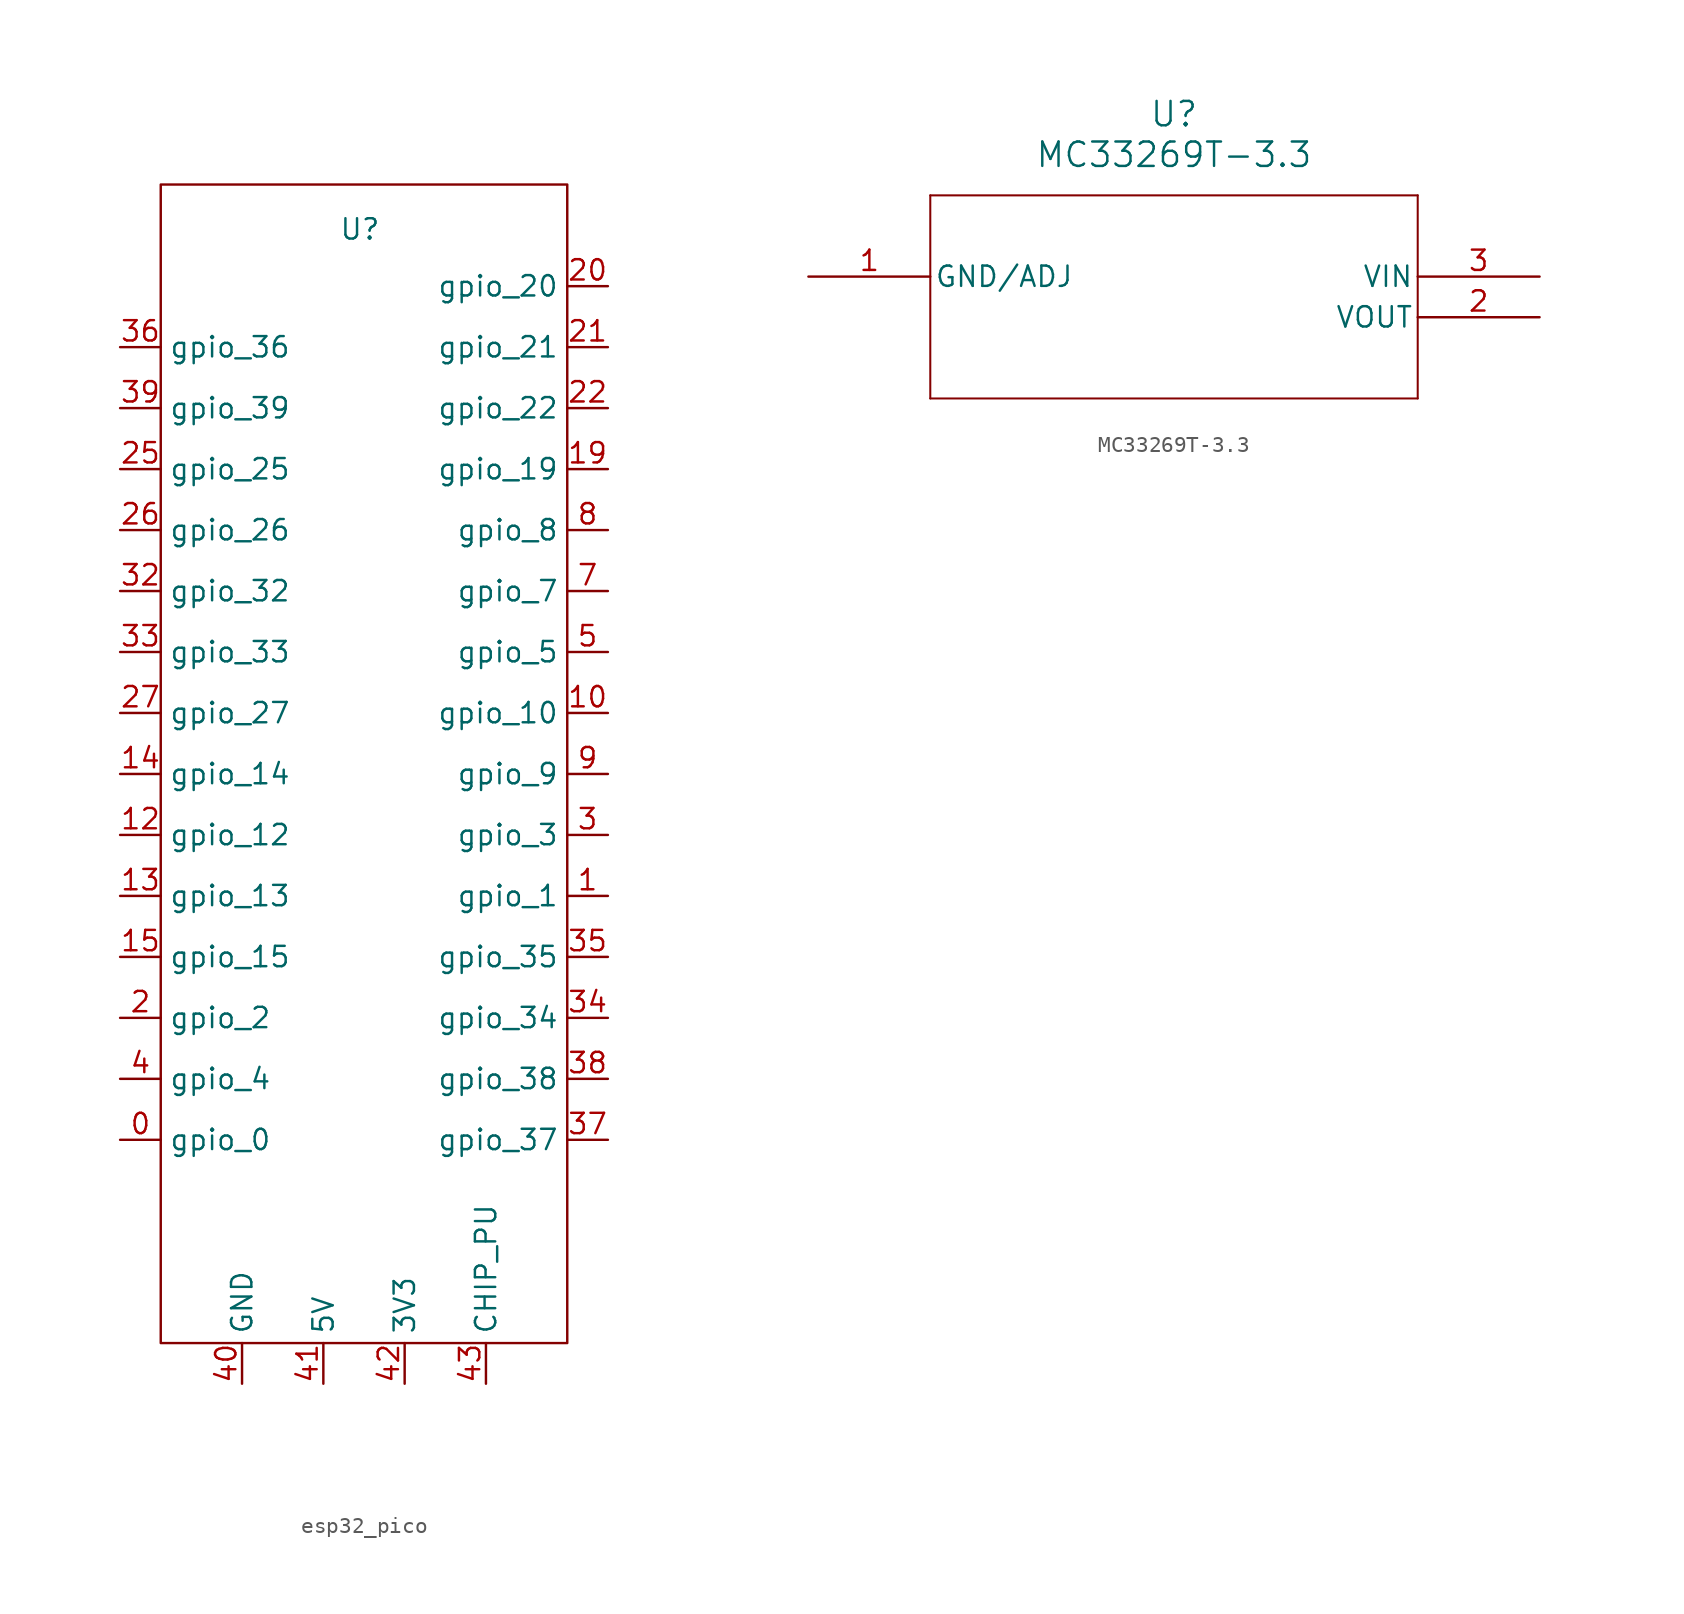
<source format=kicad_sym>
(kicad_symbol_lib
  (version 20241209)
  (generator "kicad_symbol_editor")
  (generator_version "9.0")
  (symbol "esp32_pico"
    (property "Reference" "U"
      (at 7.366 17.526 0)
      (effects (font (size 1.27 1.27))))
    (property "Value" ""
      (at 0 0 0)
      (effects (font (size 1.27 1.27))))
    (symbol "esp32_pico_0_1"
      (rectangle (start -5.08 20.32) (end 20.32 -52.07) (stroke (width 0) (type default)) (fill (type none))))
    (symbol "esp32_pico_1_1"
      (pin bidirectional line (at -7.62 10.16 0) (length 2.54) (name "gpio_36" (effects (font (size 1.27 1.27)))) (number "36" (effects (font (size 1.27 1.27)))))
      (pin bidirectional line (at -7.62 6.35 0) (length 2.54) (name "gpio_39" (effects (font (size 1.27 1.27)))) (number "39" (effects (font (size 1.27 1.27)))))
      (pin bidirectional line (at -7.62 2.54 0) (length 2.54) (name "gpio_25" (effects (font (size 1.27 1.27)))) (number "25" (effects (font (size 1.27 1.27)))))
      (pin bidirectional line (at -7.62 -1.27 0) (length 2.54) (name "gpio_26" (effects (font (size 1.27 1.27)))) (number "26" (effects (font (size 1.27 1.27)))))
      (pin bidirectional line (at -7.62 -5.08 0) (length 2.54) (name "gpio_32" (effects (font (size 1.27 1.27)))) (number "32" (effects (font (size 1.27 1.27)))))
      (pin bidirectional line (at -7.62 -8.89 0) (length 2.54) (name "gpio_33" (effects (font (size 1.27 1.27)))) (number "33" (effects (font (size 1.27 1.27)))))
      (pin bidirectional line (at -7.62 -12.7 0) (length 2.54) (name "gpio_27" (effects (font (size 1.27 1.27)))) (number "27" (effects (font (size 1.27 1.27)))))
      (pin bidirectional line (at -7.62 -16.51 0) (length 2.54) (name "gpio_14" (effects (font (size 1.27 1.27)))) (number "14" (effects (font (size 1.27 1.27)))))
      (pin bidirectional line (at -7.62 -20.32 0) (length 2.54) (name "gpio_12" (effects (font (size 1.27 1.27)))) (number "12" (effects (font (size 1.27 1.27)))))
      (pin bidirectional line (at -7.62 -24.13 0) (length 2.54) (name "gpio_13" (effects (font (size 1.27 1.27)))) (number "13" (effects (font (size 1.27 1.27)))))
      (pin bidirectional line (at -7.62 -27.94 0) (length 2.54) (name "gpio_15" (effects (font (size 1.27 1.27)))) (number "15" (effects (font (size 1.27 1.27)))))
      (pin bidirectional line (at -7.62 -31.75 0) (length 2.54) (name "gpio_2" (effects (font (size 1.27 1.27)))) (number "2" (effects (font (size 1.27 1.27)))))
      (pin bidirectional line (at -7.62 -35.56 0) (length 2.54) (name "gpio_4" (effects (font (size 1.27 1.27)))) (number "4" (effects (font (size 1.27 1.27)))))
      (pin bidirectional line (at -7.62 -39.37 0) (length 2.54) (name "gpio_0" (effects (font (size 1.27 1.27)))) (number "0" (effects (font (size 1.27 1.27)))))
      (pin power_in line (at 0 -54.61 90) (length 2.54) (name "GND" (effects (font (size 1.27 1.27)))) (number "40" (effects (font (size 1.27 1.27)))))
      (pin power_in line (at 5.08 -54.61 90) (length 2.54) (name "5V" (effects (font (size 1.27 1.27)))) (number "41" (effects (font (size 1.27 1.27)))))
      (pin power_out line (at 10.16 -54.61 90) (length 2.54) (name "3V3" (effects (font (size 1.27 1.27)))) (number "42" (effects (font (size 1.27 1.27)))))
      (pin input line (at 15.24 -54.61 90) (length 2.54) (name "CHIP_PU" (effects (font (size 1.27 1.27)))) (number "43" (effects (font (size 1.27 1.27)))))
      (pin bidirectional line (at 22.86 13.97 180) (length 2.54) (name "gpio_20" (effects (font (size 1.27 1.27)))) (number "20" (effects (font (size 1.27 1.27)))))
      (pin bidirectional line (at 22.86 10.16 180) (length 2.54) (name "gpio_21" (effects (font (size 1.27 1.27)))) (number "21" (effects (font (size 1.27 1.27)))))
      (pin bidirectional line (at 22.86 6.35 180) (length 2.54) (name "gpio_22" (effects (font (size 1.27 1.27)))) (number "22" (effects (font (size 1.27 1.27)))))
      (pin bidirectional line (at 22.86 2.54 180) (length 2.54) (name "gpio_19" (effects (font (size 1.27 1.27)))) (number "19" (effects (font (size 1.27 1.27)))))
      (pin bidirectional line (at 22.86 -1.27 180) (length 2.54) (name "gpio_8" (effects (font (size 1.27 1.27)))) (number "8" (effects (font (size 1.27 1.27)))))
      (pin bidirectional line (at 22.86 -5.08 180) (length 2.54) (name "gpio_7" (effects (font (size 1.27 1.27)))) (number "7" (effects (font (size 1.27 1.27)))))
      (pin bidirectional line (at 22.86 -8.89 180) (length 2.54) (name "gpio_5" (effects (font (size 1.27 1.27)))) (number "5" (effects (font (size 1.27 1.27)))))
      (pin bidirectional line (at 22.86 -12.7 180) (length 2.54) (name "gpio_10" (effects (font (size 1.27 1.27)))) (number "10" (effects (font (size 1.27 1.27)))))
      (pin bidirectional line (at 22.86 -16.51 180) (length 2.54) (name "gpio_9" (effects (font (size 1.27 1.27)))) (number "9" (effects (font (size 1.27 1.27)))))
      (pin bidirectional line (at 22.86 -20.32 180) (length 2.54) (name "gpio_3" (effects (font (size 1.27 1.27)))) (number "3" (effects (font (size 1.27 1.27)))))
      (pin bidirectional line (at 22.86 -24.13 180) (length 2.54) (name "gpio_1" (effects (font (size 1.27 1.27)))) (number "1" (effects (font (size 1.27 1.27)))))
      (pin bidirectional line (at 22.86 -27.94 180) (length 2.54) (name "gpio_35" (effects (font (size 1.27 1.27)))) (number "35" (effects (font (size 1.27 1.27)))))
      (pin bidirectional line (at 22.86 -31.75 180) (length 2.54) (name "gpio_34" (effects (font (size 1.27 1.27)))) (number "34" (effects (font (size 1.27 1.27)))))
      (pin bidirectional line (at 22.86 -35.56 180) (length 2.54) (name "gpio_38" (effects (font (size 1.27 1.27)))) (number "38" (effects (font (size 1.27 1.27)))))
      (pin bidirectional line (at 22.86 -39.37 180) (length 2.54) (name "gpio_37" (effects (font (size 1.27 1.27)))) (number "37" (effects (font (size 1.27 1.27)))))))
  (symbol "MC33269T-3.3"
    (pin_names
      (offset 0.254))
    (property "Reference" "U"
      (at 22.86 10.16 0)
      (effects (font (size 1.524 1.524))))
    (property "Value" "MC33269T-3.3"
      (at 22.86 7.62 0)
      (effects (font (size 1.524 1.524))))
    (property "ki_locked" ""
      (at 0 0 0)
      (effects (font (size 1.27 1.27))))
    (symbol "MC33269T-3.3_0_1"
      (polyline (pts (xy 7.62 5.08) (xy 7.62 -7.62)) (stroke (width 0.127) (type default)) (fill (type none)))
      (polyline (pts (xy 7.62 -7.62) (xy 38.1 -7.62)) (stroke (width 0.127) (type default)) (fill (type none)))
      (polyline (pts (xy 38.1 5.08) (xy 7.62 5.08)) (stroke (width 0.127) (type default)) (fill (type none)))
      (polyline (pts (xy 38.1 -7.62) (xy 38.1 5.08)) (stroke (width 0.127) (type default)) (fill (type none))))
    (symbol "MC33269T-3.3_1_1"
      (pin passive line (at 0 0 0) (length 7.62) (name "GND/ADJ" (effects (font (size 1.27 1.27)))) (number "1" (effects (font (size 1.27 1.27)))))
      (pin power_in line (at 45.72 0 180) (length 7.62) (name "VIN" (effects (font (size 1.27 1.27)))) (number "3" (effects (font (size 1.27 1.27)))))
      (pin power_out line (at 45.72 -2.54 180) (length 7.62) (name "VOUT" (effects (font (size 1.27 1.27)))) (number "2" (effects (font (size 1.27 1.27))))))))
</source>
